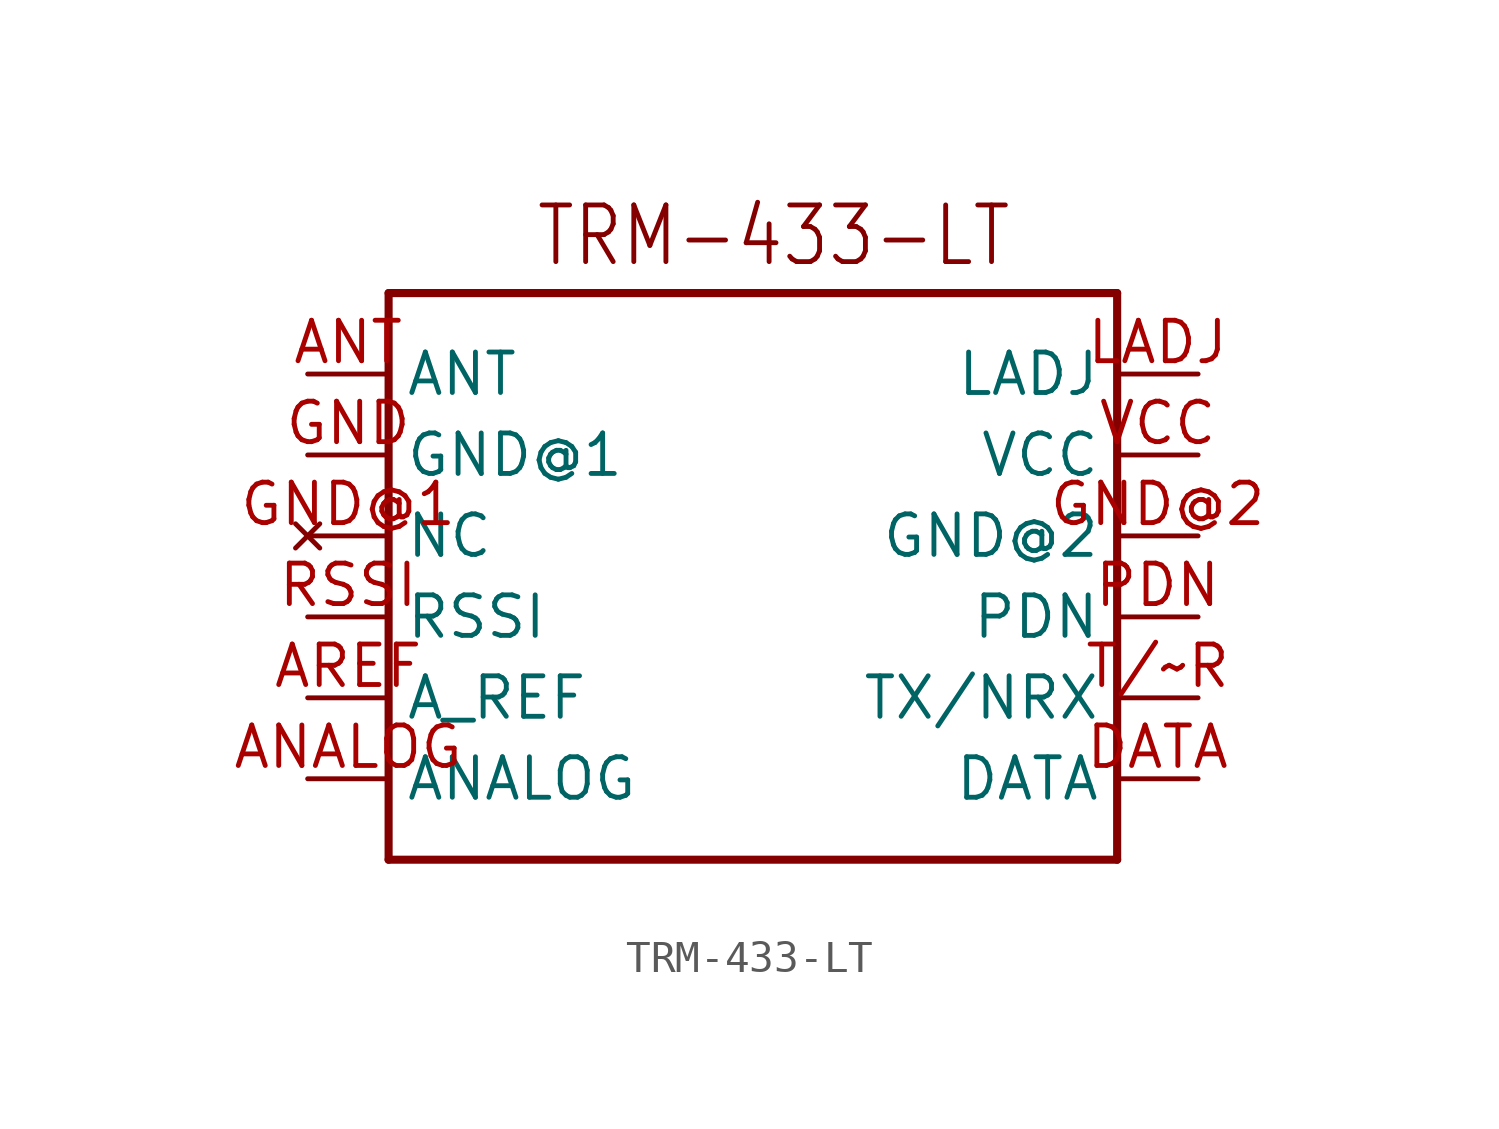
<source format=kicad_sym>
(kicad_symbol_lib
  (version 20211014)
  (generator kicad_symbol_editor)
  (symbol "TRM-433-LT"
    (property "Reference" "M"
      (at 0 0 0)
      (effects (font (size 1.27 1.27)) hide))
    (property "ki_locked" ""
      (at 0 0 0)
      (effects (font (size 1.27 1.27))))
    (symbol "TRM-433-LT_1_0"
      (polyline (pts (xy -12.7 -2.54) (xy -12.7 15.24)) (stroke (width 0.254) (type default) (color 0 0 0 0)) (fill (type none)))
      (polyline (pts (xy -12.7 15.24) (xy 10.16 15.24)) (stroke (width 0.254) (type default) (color 0 0 0 0)) (fill (type none)))
      (polyline (pts (xy 10.16 -2.54) (xy -12.7 -2.54)) (stroke (width 0.254) (type default) (color 0 0 0 0)) (fill (type none)))
      (polyline (pts (xy 10.16 15.24) (xy 10.16 -2.54)) (stroke (width 0.254) (type default) (color 0 0 0 0)) (fill (type none)))
      (text "TRM-433-LT" (at -8.128 16.002 0) (effects (font (size 1.778 1.511)) (justify left bottom)))
      (pin bidirectional line (at -15.24 0 0) (length 2.54) (name "ANALOG" (effects (font (size 1.27 1.27)))) (number "ANALOG" (effects (font (size 1.27 1.27)))))
      (pin passive line (at -15.24 12.7 0) (length 2.54) (name "ANT" (effects (font (size 1.27 1.27)))) (number "ANT" (effects (font (size 1.27 1.27)))))
      (pin bidirectional line (at -15.24 2.54 0) (length 2.54) (name "A_REF" (effects (font (size 1.27 1.27)))) (number "AREF" (effects (font (size 1.27 1.27)))))
      (pin bidirectional line (at 12.7 0 180) (length 2.54) (name "DATA" (effects (font (size 1.27 1.27)))) (number "DATA" (effects (font (size 1.27 1.27)))))
      (pin power_in line (at -15.24 10.16 0) (length 2.54) (name "GND@1" (effects (font (size 1.27 1.27)))) (number "GND" (effects (font (size 1.27 1.27)))))
      (pin no_connect line (at -15.24 7.62 0) (length 2.54) (name "NC" (effects (font (size 1.27 1.27)))) (number "GND@1" (effects (font (size 1.27 1.27)))))
      (pin power_in line (at 12.7 7.62 180) (length 2.54) (name "GND@2" (effects (font (size 1.27 1.27)))) (number "GND@2" (effects (font (size 1.27 1.27)))))
      (pin bidirectional line (at 12.7 12.7 180) (length 2.54) (name "LADJ" (effects (font (size 1.27 1.27)))) (number "LADJ" (effects (font (size 1.27 1.27)))))
      (pin input line (at 12.7 5.08 180) (length 2.54) (name "PDN" (effects (font (size 1.27 1.27)))) (number "PDN" (effects (font (size 1.27 1.27)))))
      (pin output line (at -15.24 5.08 0) (length 2.54) (name "RSSI" (effects (font (size 1.27 1.27)))) (number "RSSI" (effects (font (size 1.27 1.27)))))
      (pin input line (at 12.7 2.54 180) (length 2.54) (name "TX/NRX" (effects (font (size 1.27 1.27)))) (number "T/~R" (effects (font (size 1.27 1.27)))))
      (pin power_in line (at 12.7 10.16 180) (length 2.54) (name "VCC" (effects (font (size 1.27 1.27)))) (number "VCC" (effects (font (size 1.27 1.27))))))))
</source>
